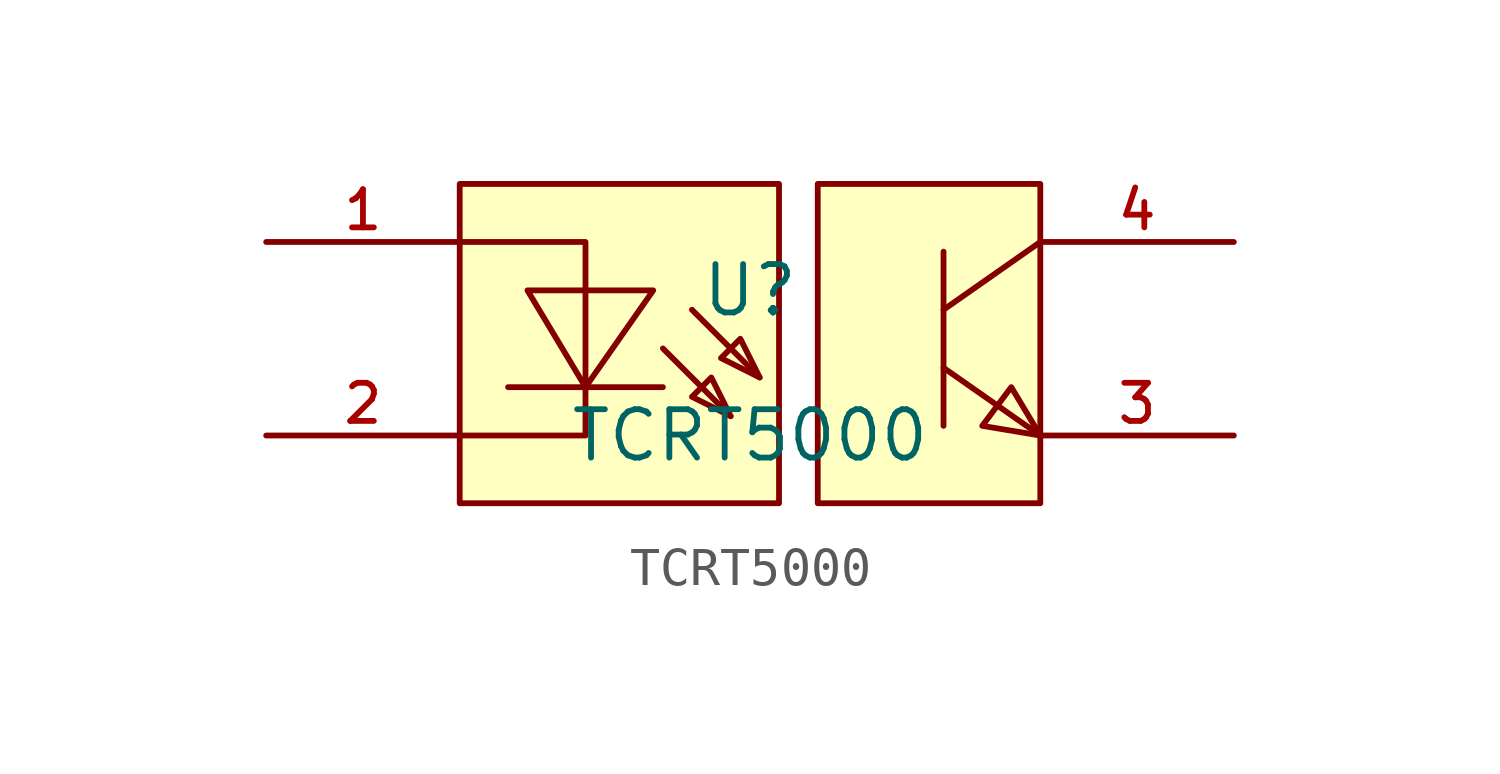
<source format=kicad_sym>
(kicad_symbol_lib
  (version 20210201)
  (generator TousstNicolas/JLC2KiCad_lib)
  (symbol "TCRT5000"
    (pin_names hide)
    (property "Reference" "U"
      (at 0 1.27 0)
      (effects (font (size 1.27 1.27))))
    (property "Value" "TCRT5000"
      (at 0 -2.54 0)
      (effects (font (size 1.27 1.27))))
    (symbol "TCRT5000_0_1"
      (rectangle (start 1.778 4.064) (end 7.62 -4.318) (stroke (width 0) (type default) (color 0 0 0 0)) (fill (type background)))
      (polyline (pts (xy -7.62 2.54) (xy -4.318 2.54) (xy -4.318 -2.54) (xy -7.62 -2.54)) (stroke (width 0) (type default) (color 0 0 0 0)) (fill (type none)))
      (polyline (pts (xy -5.842 1.27) (xy -4.318 -1.27) (xy -2.54 1.27) (xy -5.842 1.27)) (stroke (width 0) (type default) (color 0 0 0 0)) (fill (type background)))
      (polyline (pts (xy -2.286 -1.27) (xy -6.35 -1.27)) (stroke (width 0) (type default) (color 0 0 0 0)) (fill (type none)))
      (polyline (pts (xy -1.524 0.762) (xy 0.254 -1.016)) (stroke (width 0) (type default) (color 0 0 0 0)) (fill (type none)))
      (polyline (pts (xy -2.286 -0.254) (xy -0.508 -2.032)) (stroke (width 0) (type default) (color 0 0 0 0)) (fill (type none)))
      (polyline (pts (xy 0.254 -1.016) (xy -0.254 -0.0) (xy -0.762 -0.508) (xy 0.254 -1.016)) (stroke (width 0) (type default) (color 0 0 0 0)) (fill (type background)))
      (polyline (pts (xy -0.508 -2.032) (xy -1.016 -1.016) (xy -1.524 -1.524) (xy -0.508 -2.032)) (stroke (width 0) (type default) (color 0 0 0 0)) (fill (type background)))
      (polyline (pts (xy 7.62 -2.54) (xy 6.858 -1.27) (xy 6.096 -2.286) (xy 7.62 -2.54)) (stroke (width 0) (type default) (color 0 0 0 0)) (fill (type background)))
      (polyline (pts (xy 5.08 2.286) (xy 5.08 -2.286)) (stroke (width 0) (type default) (color 0 0 0 0)) (fill (type none)))
      (polyline (pts (xy 5.08 -0.762) (xy 7.62 -2.54)) (stroke (width 0) (type default) (color 0 0 0 0)) (fill (type none)))
      (polyline (pts (xy 7.62 2.54) (xy 5.08 0.762)) (stroke (width 0) (type default) (color 0 0 0 0)) (fill (type none)))
      (pin unspecified line (at 12.7 2.54 180) (length 5.08) (name "4" (effects (font (size 1 1)))) (number "4" (effects (font (size 1 1)))))
      (pin unspecified line (at 12.7 -2.54 180) (length 5.08) (name "3" (effects (font (size 1 1)))) (number "3" (effects (font (size 1 1)))))
      (pin unspecified line (at -12.7 -2.54 0) (length 5.08) (name "2" (effects (font (size 1 1)))) (number "2" (effects (font (size 1 1)))))
      (pin unspecified line (at -12.7 2.54 0) (length 5.08) (name "1" (effects (font (size 1 1)))) (number "1" (effects (font (size 1 1)))))
      (rectangle (start -7.62 4.064) (end 0.762 -4.318) (stroke (width 0) (type default) (color 0 0 0 0)) (fill (type background))))))
</source>
